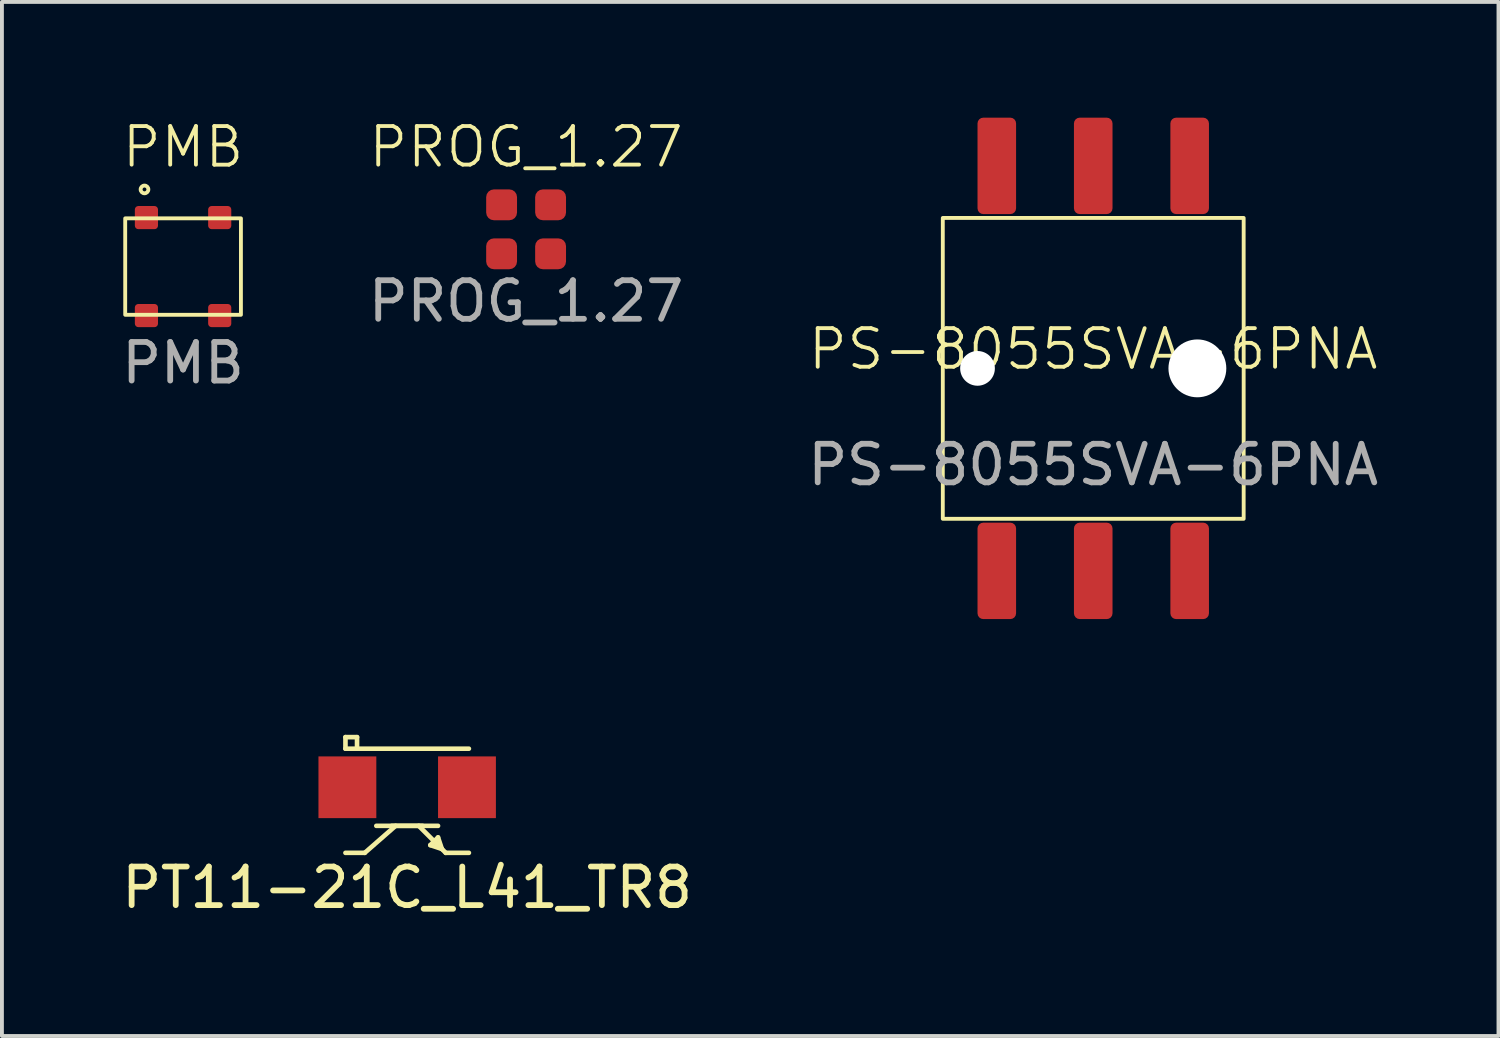
<source format=kicad_pcb>
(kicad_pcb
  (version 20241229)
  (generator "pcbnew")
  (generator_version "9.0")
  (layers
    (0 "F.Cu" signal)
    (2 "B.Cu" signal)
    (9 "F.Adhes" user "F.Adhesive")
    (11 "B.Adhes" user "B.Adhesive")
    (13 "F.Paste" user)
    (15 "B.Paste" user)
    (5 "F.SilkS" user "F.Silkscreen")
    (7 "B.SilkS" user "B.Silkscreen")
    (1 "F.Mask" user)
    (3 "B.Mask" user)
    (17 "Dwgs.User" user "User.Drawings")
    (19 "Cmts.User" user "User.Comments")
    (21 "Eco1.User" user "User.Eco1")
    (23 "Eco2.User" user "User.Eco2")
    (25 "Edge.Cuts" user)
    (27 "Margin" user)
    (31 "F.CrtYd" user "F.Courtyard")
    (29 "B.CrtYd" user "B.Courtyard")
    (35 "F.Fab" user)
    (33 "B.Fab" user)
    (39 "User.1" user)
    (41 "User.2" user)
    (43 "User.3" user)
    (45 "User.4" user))
  (footprint "PT11-21C_L41_TR8"
    (layer "F.Cu")
    (at 7.506 17.36)
    (property "Reference" "PT11-21C_L41_TR8" (at 0 2.6 0) (layer "F.SilkS") (effects (font (size 1 1) (thickness 0.15))))
    (attr through_hole)
    (fp_line (start -1.6 -1.3) (end -1.3 -1.3) (stroke (width 0.12) (type solid)) (layer "F.SilkS"))
    (fp_line (start -1.6 -1) (end -1.6 -1.3) (stroke (width 0.12) (type solid)) (layer "F.SilkS"))
    (fp_line (start -1.6 -1) (end 1.6 -1) (stroke (width 0.12) (type solid)) (layer "F.SilkS"))
    (fp_line (start -1.6 1.7) (end -1.1 1.7) (stroke (width 0.12) (type solid)) (layer "F.SilkS"))
    (fp_line (start -1.3 -1.3) (end -1.3 -1) (stroke (width 0.12) (type solid)) (layer "F.SilkS"))
    (fp_line (start -1.1 1.7) (end -0.3 1) (stroke (width 0.12) (type solid)) (layer "F.SilkS"))
    (fp_line (start -0.8 1) (end 0.8 1) (stroke (width 0.12) (type solid)) (layer "F.SilkS"))
    (fp_line (start -0.4 1) (end 0.4 1) (stroke (width 0.12) (type solid)) (layer "F.SilkS"))
    (fp_line (start 0.3 1) (end 1 1.7) (stroke (width 0.12) (type solid)) (layer "F.SilkS"))
    (fp_line (start 0.6 1.5) (end 0.9 1.6) (stroke (width 0.12) (type solid)) (layer "F.SilkS"))
    (fp_line (start 0.8 1.3) (end 0.6 1.5) (stroke (width 0.12) (type solid)) (layer "F.SilkS"))
    (fp_line (start 0.9 1.6) (end 0.8 1.3) (stroke (width 0.12) (type solid)) (layer "F.SilkS"))
    (fp_line (start 1 1.7) (end 1.6 1.7) (stroke (width 0.12) (type solid)) (layer "F.SilkS"))
    (pad "1" smd rect (at -1.55 0) (size 1.5 1.6) (layers "F.Cu" "F.Mask" "F.Paste"))
    (pad "2" smd rect (at 1.55 0) (size 1.5 1.6) (layers "F.Cu" "F.Mask" "F.Paste")))
  (footprint "PS-8055SVA-6PNA"
    (layer "F.Cu")
    (at 25.292 6.5)
    (property "Reference" "PS-8055SVA-6PNA" (at 0 -0.5 0) (unlocked yes) (layer "F.SilkS") (effects (font (size 1 1) (thickness 0.1))))
    (attr smd)
    (fp_rect (start -3.9 -3.9) (end 3.9 3.9) (stroke (width 0.1) (type solid)) (fill no) (layer "F.SilkS"))
    (fp_text user "${REFERENCE}" (at 0 2.5 0) (unlocked yes) (layer "F.Fab") (effects (font (size 1 1) (thickness 0.15))))
    (pad "" np_thru_hole circle (at -3 0) (size 0.9 0.9) (drill 0.9) (layers "*.Cu" "*.Mask"))
    (pad "" np_thru_hole circle (at 2.7 0) (size 1.5 1.5) (drill 1.5) (layers "*.Cu" "*.Mask"))
    (pad "1" smd roundrect (at -2.5 5.25) (size 1 2.5) (layers "F.Cu" "F.Mask" "F.Paste") (roundrect_rratio 0.15))
    (pad "2" smd roundrect (at 0 5.25) (size 1 2.5) (layers "F.Cu" "F.Mask" "F.Paste") (roundrect_rratio 0.15))
    (pad "3" smd roundrect (at 2.5 5.25) (size 1 2.5) (layers "F.Cu" "F.Mask" "F.Paste") (roundrect_rratio 0.15))
    (pad "4" smd roundrect (at 2.5 -5.25) (size 1 2.5) (layers "F.Cu" "F.Mask" "F.Paste") (roundrect_rratio 0.15))
    (pad "5" smd roundrect (at 0 -5.25) (size 1 2.5) (layers "F.Cu" "F.Mask" "F.Paste") (roundrect_rratio 0.15))
    (pad "6" smd roundrect (at -2.5 -5.25) (size 1 2.5) (layers "F.Cu" "F.Mask" "F.Paste") (roundrect_rratio 0.15)))
  (footprint "PMB"
    (layer "F.Cu")
    (at 1.696 3.861)
    (property "Reference" "PMB" (at 0 -3.1 0) (unlocked yes) (layer "F.SilkS") (effects (font (size 1 1) (thickness 0.1))))
    (attr smd)
    (fp_rect (start -1.5 -1.25) (end 1.5 1.25) (stroke (width 0.1) (type solid)) (fill no) (layer "F.SilkS"))
    (fp_circle (center -1 -2) (end -0.9 -2) (stroke (width 0.1) (type default)) (fill no) (layer "F.SilkS"))
    (fp_text user "${REFERENCE}" (at 0 2.5 0) (unlocked yes) (layer "F.Fab") (effects (font (size 1 1) (thickness 0.15))))
    (pad "1" smd roundrect (at -0.95 -1.27 90) (size 0.6 0.6) (layers "F.Cu" "F.Mask" "F.Paste") (roundrect_rratio 0.15))
    (pad "2" smd roundrect (at -0.95 1.27 90) (size 0.6 0.6) (layers "F.Cu" "F.Mask" "F.Paste") (roundrect_rratio 0.15))
    (pad "3" smd roundrect (at 0.95 1.27 90) (size 0.6 0.6) (layers "F.Cu" "F.Mask" "F.Paste") (roundrect_rratio 0.15))
    (pad "4" smd roundrect (at 0.95 -1.27 90) (size 0.6 0.6) (layers "F.Cu" "F.Mask" "F.Paste") (roundrect_rratio 0.15)))
  (footprint "PROG_1.27"
    (layer "F.Cu")
    (at 10.589 2.26)
    (property "Reference" "PROG_1.27" (at 0 -1.5 0) (unlocked yes) (layer "F.SilkS") (effects (font (size 1 1) (thickness 0.1))))
    (attr smd)
    (fp_text user "${REFERENCE}" (at 0 2.5 0) (unlocked yes) (layer "F.Fab") (effects (font (size 1 1) (thickness 0.15))))
    (pad "1" smd roundrect (at -0.635 0) (size 0.8 0.8) (layers "F.Cu" "F.Mask") (roundrect_rratio 0.25))
    (pad "2" smd roundrect (at 0.635 0) (size 0.8 0.8) (layers "F.Cu" "F.Mask") (roundrect_rratio 0.25))
    (pad "3" smd roundrect (at -0.635 1.27) (size 0.8 0.8) (layers "F.Cu" "F.Mask") (roundrect_rratio 0.25))
    (pad "4" smd roundrect (at 0.635 1.27) (size 0.8 0.8) (layers "F.Cu" "F.Mask") (roundrect_rratio 0.25)))
  (gr_rect
    (start -3 -3)
    (end 35.798 23.808)
    (stroke (width 0.1) (type default))
    (fill no)
    (layer "Edge.Cuts")))
</source>
